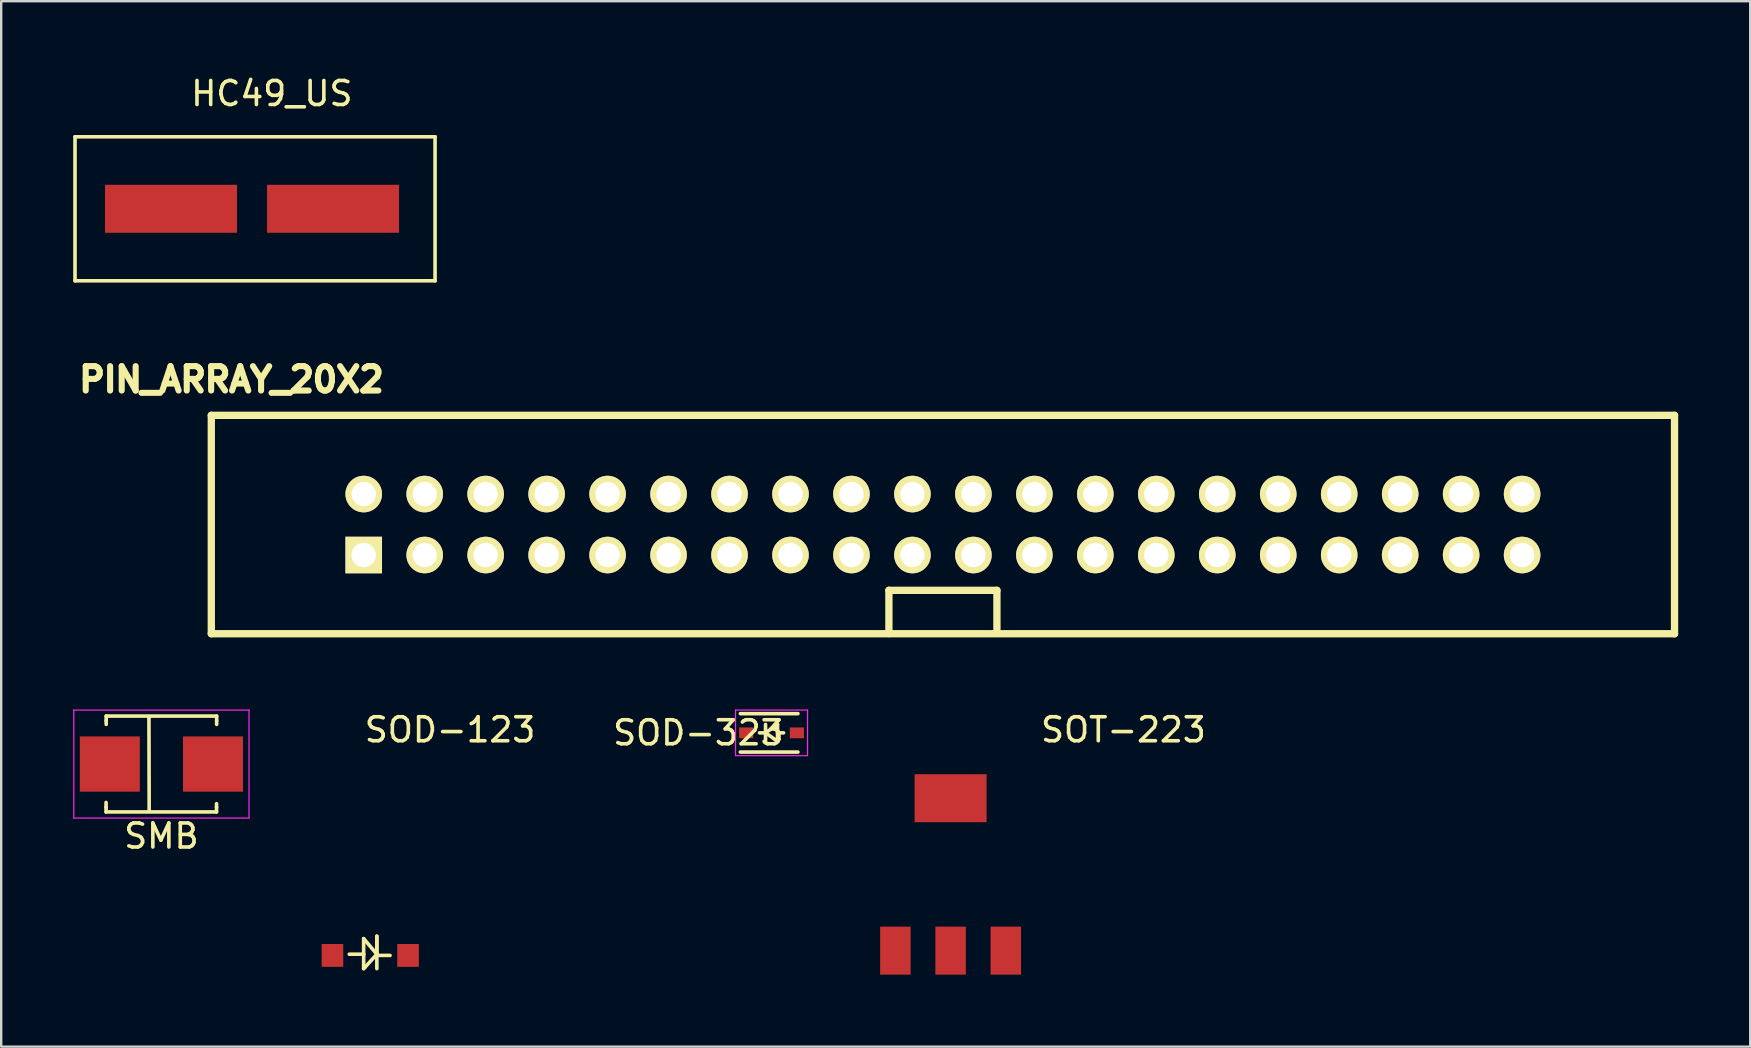
<source format=kicad_pcb>
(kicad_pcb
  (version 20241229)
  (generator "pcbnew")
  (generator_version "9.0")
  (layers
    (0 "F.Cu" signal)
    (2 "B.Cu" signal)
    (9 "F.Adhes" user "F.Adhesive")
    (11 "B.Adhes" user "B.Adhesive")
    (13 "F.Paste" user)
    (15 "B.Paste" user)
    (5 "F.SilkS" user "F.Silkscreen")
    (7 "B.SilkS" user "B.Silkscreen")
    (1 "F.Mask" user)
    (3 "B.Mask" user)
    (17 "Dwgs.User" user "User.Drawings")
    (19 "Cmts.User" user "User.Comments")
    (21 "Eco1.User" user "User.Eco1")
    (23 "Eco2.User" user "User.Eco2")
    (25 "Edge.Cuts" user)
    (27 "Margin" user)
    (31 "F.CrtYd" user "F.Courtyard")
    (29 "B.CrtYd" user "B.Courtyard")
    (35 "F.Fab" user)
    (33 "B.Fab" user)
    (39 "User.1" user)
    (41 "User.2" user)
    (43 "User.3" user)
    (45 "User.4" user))
  (footprint "SOT-223"
    (layer "F.Cu")
    (at 36.553 36.554)
    (property "Reference" "SOT-223" (at 7.2 -9.2 0) (layer "F.SilkS") (effects (font (size 1 1) (thickness 0.15))))
    (attr through_hole)
    (pad "1" smd rect (at -2.3 0) (size 1.27 2) (layers "F.Cu" "F.Mask" "F.Paste"))
    (pad "2" smd rect (at 0 -6.35) (size 3 2) (layers "F.Cu" "F.Mask" "F.Paste"))
    (pad "2" smd rect (at 0 0) (size 1.27 2) (layers "F.Cu" "F.Mask" "F.Paste"))
    (pad "3" smd rect (at 2.3 0) (size 1.27 2) (layers "F.Cu" "F.Mask" "F.Paste")))
  (footprint "SOD-323"
    (layer "F.Cu")
    (at 29.093 27.481)
    (property "Reference" "SOD-323" (at -3.048 0 0) (layer "F.SilkS") (effects (font (size 1 1) (thickness 0.15))))
    (attr smd)
    (fp_line (start -1.3 -0.8) (end 1.1 -0.8) (stroke (width 0.15) (type solid)) (layer "F.SilkS"))
    (fp_line (start -1.3 0.8) (end 1.1 0.8) (stroke (width 0.15) (type solid)) (layer "F.SilkS"))
    (fp_line (start -0.25 -0.35) (end -0.25 0.35) (stroke (width 0.15) (type solid)) (layer "F.SilkS"))
    (fp_line (start -0.25 0) (end -0.5 0) (stroke (width 0.15) (type solid)) (layer "F.SilkS"))
    (fp_line (start -0.25 0) (end 0.25 -0.35) (stroke (width 0.15) (type solid)) (layer "F.SilkS"))
    (fp_line (start 0.25 -0.35) (end 0.25 0.35) (stroke (width 0.15) (type solid)) (layer "F.SilkS"))
    (fp_line (start 0.25 0) (end 0.5 0) (stroke (width 0.15) (type solid)) (layer "F.SilkS"))
    (fp_line (start 0.25 0.35) (end -0.25 0) (stroke (width 0.15) (type solid)) (layer "F.SilkS"))
    (fp_line (start -1.5 -0.95) (end -1.5 0.95) (stroke (width 0.05) (type solid)) (layer "F.CrtYd"))
    (fp_line (start -1.5 -0.95) (end 1.5 -0.95) (stroke (width 0.05) (type solid)) (layer "F.CrtYd"))
    (fp_line (start -1.5 0.95) (end 1.5 0.95) (stroke (width 0.05) (type solid)) (layer "F.CrtYd"))
    (fp_line (start 1.5 -0.95) (end 1.5 0.95) (stroke (width 0.05) (type solid)) (layer "F.CrtYd"))
    (pad "1" smd rect (at 1.055 0) (size 0.59 0.45) (layers "F.Cu" "F.Mask" "F.Paste"))
    (pad "2" smd rect (at -1.055 0) (size 0.59 0.45) (layers "F.Cu" "F.Mask" "F.Paste")))
  (footprint "SOD-123"
    (layer "F.Cu")
    (at 10.8 36.754)
    (property "Reference" "SOD-123" (at 4.9 -9.4 0) (layer "F.SilkS") (effects (font (size 1 1) (thickness 0.15))))
    (attr through_hole)
    (fp_line (start 0.7 -0.05) (end 1.3 -0.05) (stroke (width 0.15) (type solid)) (layer "F.SilkS"))
    (fp_line (start 1.3 -0.7) (end 1.85 -0.05) (stroke (width 0.15) (type solid)) (layer "F.SilkS"))
    (fp_line (start 1.3 -0.05) (end 1.3 -0.7) (stroke (width 0.15) (type solid)) (layer "F.SilkS"))
    (fp_line (start 1.3 0.55) (end 1.3 -0.05) (stroke (width 0.15) (type solid)) (layer "F.SilkS"))
    (fp_line (start 1.35 0.5) (end 1.3 0.55) (stroke (width 0.15) (type solid)) (layer "F.SilkS"))
    (fp_line (start 1.85 -0.8) (end 1.85 0.55) (stroke (width 0.15) (type solid)) (layer "F.SilkS"))
    (fp_line (start 1.85 -0.05) (end 1.35 0.5) (stroke (width 0.15) (type solid)) (layer "F.SilkS"))
    (fp_line (start 1.85 -0.05) (end 1.85 -0.8) (stroke (width 0.15) (type solid)) (layer "F.SilkS"))
    (fp_line (start 1.85 0) (end 2.4 0) (stroke (width 0.15) (type solid)) (layer "F.SilkS"))
    (pad "1" smd rect (at 0 0) (size 0.9 0.95) (layers "F.Cu" "F.Mask" "F.Paste"))
    (pad "2" smd rect (at 3.15 0) (size 0.9 0.95) (layers "F.Cu" "F.Mask" "F.Paste")))
  (footprint "SMB"
    (layer "F.Cu")
    (at 3.675 28.781)
    (property "Reference" "SMB" (at 0 3 0) (layer "F.SilkS") (effects (font (size 1 1) (thickness 0.15))))
    (attr smd)
    (fp_line (start -2.306 1.8) (end -2.306 1.6) (stroke (width 0.15) (type solid)) (layer "F.SilkS"))
    (fp_line (start -2.306 1.996) (end -2.306 1.798) (stroke (width 0.15) (type solid)) (layer "F.SilkS"))
    (fp_line (start -2.306 1.996) (end 2.296 1.996) (stroke (width 0.15) (type solid)) (layer "F.SilkS"))
    (fp_line (start -2.301 -1.999) (end -2.301 -1.801) (stroke (width 0.15) (type solid)) (layer "F.SilkS"))
    (fp_line (start -2.301 -1.999) (end 2.301 -1.999) (stroke (width 0.15) (type solid)) (layer "F.SilkS"))
    (fp_line (start -2.301 -1.8) (end -2.301 -1.651) (stroke (width 0.15) (type solid)) (layer "F.SilkS"))
    (fp_line (start -0.52 -1.92) (end -0.51 1.95) (stroke (width 0.15) (type solid)) (layer "F.SilkS"))
    (fp_line (start 2.296 1.8) (end 2.296 1.651) (stroke (width 0.15) (type solid)) (layer "F.SilkS"))
    (fp_line (start 2.296 1.996) (end 2.296 1.798) (stroke (width 0.15) (type solid)) (layer "F.SilkS"))
    (fp_line (start 2.301 -1.999) (end 2.301 -1.801) (stroke (width 0.15) (type solid)) (layer "F.SilkS"))
    (fp_line (start 2.301 -1.8) (end 2.301 -1.651) (stroke (width 0.15) (type solid)) (layer "F.SilkS"))
    (fp_line (start -3.65 -2.25) (end 3.65 -2.25) (stroke (width 0.05) (type solid)) (layer "F.CrtYd"))
    (fp_line (start -3.65 2.25) (end -3.65 -2.25) (stroke (width 0.05) (type solid)) (layer "F.CrtYd"))
    (fp_line (start 3.65 -2.25) (end 3.65 2.25) (stroke (width 0.05) (type solid)) (layer "F.CrtYd"))
    (fp_line (start 3.65 2.25) (end -3.65 2.25) (stroke (width 0.05) (type solid)) (layer "F.CrtYd"))
    (pad "1" smd rect (at 2.149 0) (size 2.499 2.301) (layers "F.Cu" "F.Mask" "F.Paste"))
    (pad "2" smd rect (at -2.149 0) (size 2.499 2.301) (layers "F.Cu" "F.Mask" "F.Paste")))
  (footprint "PIN_ARRAY_20X2"
    (layer "F.Cu")
    (at 36.233 18.803)
    (property "Reference" "PIN_ARRAY_20X2" (at -29.64 -6.04 180) (layer "F.SilkS") (effects (font (size 1.016 1.016) (thickness 0.274))))
    (attr through_hole)
    (fp_line (start -30.48 -4.55) (end -30.48 4.55) (stroke (width 0.305) (type solid)) (layer "F.SilkS"))
    (fp_line (start -30.48 -4.55) (end 30.48 -4.55) (stroke (width 0.305) (type solid)) (layer "F.SilkS"))
    (fp_line (start -30.48 4.55) (end 30.48 4.55) (stroke (width 0.305) (type solid)) (layer "F.SilkS"))
    (fp_line (start -2.25 2.74) (end -2.25 4.54) (stroke (width 0.305) (type solid)) (layer "F.SilkS"))
    (fp_line (start 2.25 2.74) (end -2.25 2.74) (stroke (width 0.305) (type solid)) (layer "F.SilkS"))
    (fp_line (start 2.25 2.74) (end 2.25 4.51) (stroke (width 0.305) (type solid)) (layer "F.SilkS"))
    (fp_line (start 30.48 -4.55) (end 30.48 4.55) (stroke (width 0.305) (type solid)) (layer "F.SilkS"))
    (pad "1" thru_hole rect (at -24.13 1.27) (size 1.524 1.524) (drill 1.016) (layers "*.Cu" "*.Mask" "F.SilkS"))
    (pad "2" thru_hole circle (at -24.13 -1.27) (size 1.524 1.524) (drill 1.016) (layers "*.Cu" "*.Mask" "F.SilkS"))
    (pad "3" thru_hole circle (at -21.59 1.27) (size 1.524 1.524) (drill 1.016) (layers "*.Cu" "*.Mask" "F.SilkS"))
    (pad "4" thru_hole circle (at -21.59 -1.27) (size 1.524 1.524) (drill 1.016) (layers "*.Cu" "*.Mask" "F.SilkS"))
    (pad "5" thru_hole circle (at -19.05 1.27) (size 1.524 1.524) (drill 1.016) (layers "*.Cu" "*.Mask" "F.SilkS"))
    (pad "6" thru_hole circle (at -19.05 -1.27) (size 1.524 1.524) (drill 1.016) (layers "*.Cu" "*.Mask" "F.SilkS"))
    (pad "7" thru_hole circle (at -16.51 1.27) (size 1.524 1.524) (drill 1.016) (layers "*.Cu" "*.Mask" "F.SilkS"))
    (pad "8" thru_hole circle (at -16.51 -1.27) (size 1.524 1.524) (drill 1.016) (layers "*.Cu" "*.Mask" "F.SilkS"))
    (pad "9" thru_hole circle (at -13.97 1.27) (size 1.524 1.524) (drill 1.016) (layers "*.Cu" "*.Mask" "F.SilkS"))
    (pad "10" thru_hole circle (at -13.97 -1.27) (size 1.524 1.524) (drill 1.016) (layers "*.Cu" "*.Mask" "F.SilkS"))
    (pad "11" thru_hole circle (at -11.43 1.27) (size 1.524 1.524) (drill 1.016) (layers "*.Cu" "*.Mask" "F.SilkS"))
    (pad "12" thru_hole circle (at -11.43 -1.27) (size 1.524 1.524) (drill 1.016) (layers "*.Cu" "*.Mask" "F.SilkS"))
    (pad "13" thru_hole circle (at -8.89 1.27) (size 1.524 1.524) (drill 1.016) (layers "*.Cu" "*.Mask" "F.SilkS"))
    (pad "14" thru_hole circle (at -8.89 -1.27) (size 1.524 1.524) (drill 1.016) (layers "*.Cu" "*.Mask" "F.SilkS"))
    (pad "15" thru_hole circle (at -6.35 1.27) (size 1.524 1.524) (drill 1.016) (layers "*.Cu" "*.Mask" "F.SilkS"))
    (pad "16" thru_hole circle (at -6.35 -1.27) (size 1.524 1.524) (drill 1.016) (layers "*.Cu" "*.Mask" "F.SilkS"))
    (pad "17" thru_hole circle (at -3.81 1.27) (size 1.524 1.524) (drill 1.016) (layers "*.Cu" "*.Mask" "F.SilkS"))
    (pad "18" thru_hole circle (at -3.81 -1.27) (size 1.524 1.524) (drill 1.016) (layers "*.Cu" "*.Mask" "F.SilkS"))
    (pad "19" thru_hole circle (at -1.27 1.27) (size 1.524 1.524) (drill 1.016) (layers "*.Cu" "*.Mask" "F.SilkS"))
    (pad "20" thru_hole circle (at -1.27 -1.27) (size 1.524 1.524) (drill 1.016) (layers "*.Cu" "*.Mask" "F.SilkS"))
    (pad "21" thru_hole circle (at 1.27 1.27) (size 1.524 1.524) (drill 1.016) (layers "*.Cu" "*.Mask" "F.SilkS"))
    (pad "22" thru_hole circle (at 1.27 -1.27) (size 1.524 1.524) (drill 1.016) (layers "*.Cu" "*.Mask" "F.SilkS"))
    (pad "23" thru_hole circle (at 3.81 1.27) (size 1.524 1.524) (drill 1.016) (layers "*.Cu" "*.Mask" "F.SilkS"))
    (pad "24" thru_hole circle (at 3.81 -1.27) (size 1.524 1.524) (drill 1.016) (layers "*.Cu" "*.Mask" "F.SilkS"))
    (pad "25" thru_hole circle (at 6.35 1.27) (size 1.524 1.524) (drill 1.016) (layers "*.Cu" "*.Mask" "F.SilkS"))
    (pad "26" thru_hole circle (at 6.35 -1.27) (size 1.524 1.524) (drill 1.016) (layers "*.Cu" "*.Mask" "F.SilkS"))
    (pad "27" thru_hole circle (at 8.89 1.27) (size 1.524 1.524) (drill 1.016) (layers "*.Cu" "*.Mask" "F.SilkS"))
    (pad "28" thru_hole circle (at 8.89 -1.27) (size 1.524 1.524) (drill 1.016) (layers "*.Cu" "*.Mask" "F.SilkS"))
    (pad "29" thru_hole circle (at 11.43 1.27) (size 1.524 1.524) (drill 1.016) (layers "*.Cu" "*.Mask" "F.SilkS"))
    (pad "30" thru_hole circle (at 11.43 -1.27) (size 1.524 1.524) (drill 1.016) (layers "*.Cu" "*.Mask" "F.SilkS"))
    (pad "31" thru_hole circle (at 13.97 1.27) (size 1.524 1.524) (drill 1.016) (layers "*.Cu" "*.Mask" "F.SilkS"))
    (pad "32" thru_hole circle (at 13.97 -1.27) (size 1.524 1.524) (drill 1.016) (layers "*.Cu" "*.Mask" "F.SilkS"))
    (pad "33" thru_hole circle (at 16.51 1.27) (size 1.524 1.524) (drill 1.016) (layers "*.Cu" "*.Mask" "F.SilkS"))
    (pad "34" thru_hole circle (at 16.51 -1.27) (size 1.524 1.524) (drill 1.016) (layers "*.Cu" "*.Mask" "F.SilkS"))
    (pad "35" thru_hole circle (at 19.05 1.27) (size 1.524 1.524) (drill 1.016) (layers "*.Cu" "*.Mask" "F.SilkS"))
    (pad "36" thru_hole circle (at 19.05 -1.27) (size 1.524 1.524) (drill 1.016) (layers "*.Cu" "*.Mask" "F.SilkS"))
    (pad "37" thru_hole circle (at 21.59 1.27) (size 1.524 1.524) (drill 1.016) (layers "*.Cu" "*.Mask" "F.SilkS"))
    (pad "38" thru_hole circle (at 21.59 -1.27) (size 1.524 1.524) (drill 1.016) (layers "*.Cu" "*.Mask" "F.SilkS"))
    (pad "39" thru_hole circle (at 24.13 1.27) (size 1.524 1.524) (drill 1.016) (layers "*.Cu" "*.Mask" "F.SilkS"))
    (pad "40" thru_hole circle (at 24.13 -1.27) (size 1.524 1.524) (drill 1.016) (layers "*.Cu" "*.Mask" "F.SilkS")))
  (footprint "HC49_US"
    (layer "F.Cu")
    (at 4.075 5.648)
    (property "Reference" "HC49_US" (at 4.2 -4.8 0) (layer "F.SilkS") (effects (font (size 1 1) (thickness 0.15))))
    (attr through_hole)
    (fp_line (start -4 -3) (end -4 3) (stroke (width 0.15) (type solid)) (layer "F.SilkS"))
    (fp_line (start -4 3) (end 11 3) (stroke (width 0.15) (type solid)) (layer "F.SilkS"))
    (fp_line (start 11 -3) (end -4 -3) (stroke (width 0.15) (type solid)) (layer "F.SilkS"))
    (fp_line (start 11 3) (end 11 -3) (stroke (width 0.15) (type solid)) (layer "F.SilkS"))
    (pad "1" smd rect (at 0 0) (size 5.5 2) (layers "F.Cu" "F.Mask" "F.Paste"))
    (pad "2" smd rect (at 6.75 0) (size 5.5 2) (layers "F.Cu" "F.Mask" "F.Paste")))
  (gr_rect
    (start -3 -3)
    (end 69.866 40.554)
    (stroke (width 0.1) (type default))
    (fill no)
    (layer "Edge.Cuts")))
</source>
